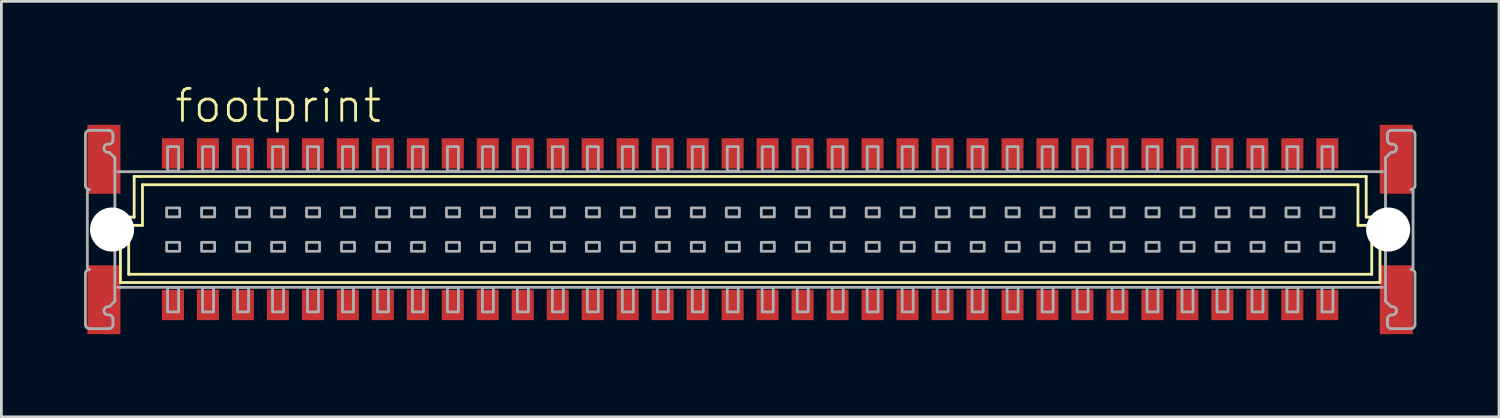
<source format=kicad_pcb>
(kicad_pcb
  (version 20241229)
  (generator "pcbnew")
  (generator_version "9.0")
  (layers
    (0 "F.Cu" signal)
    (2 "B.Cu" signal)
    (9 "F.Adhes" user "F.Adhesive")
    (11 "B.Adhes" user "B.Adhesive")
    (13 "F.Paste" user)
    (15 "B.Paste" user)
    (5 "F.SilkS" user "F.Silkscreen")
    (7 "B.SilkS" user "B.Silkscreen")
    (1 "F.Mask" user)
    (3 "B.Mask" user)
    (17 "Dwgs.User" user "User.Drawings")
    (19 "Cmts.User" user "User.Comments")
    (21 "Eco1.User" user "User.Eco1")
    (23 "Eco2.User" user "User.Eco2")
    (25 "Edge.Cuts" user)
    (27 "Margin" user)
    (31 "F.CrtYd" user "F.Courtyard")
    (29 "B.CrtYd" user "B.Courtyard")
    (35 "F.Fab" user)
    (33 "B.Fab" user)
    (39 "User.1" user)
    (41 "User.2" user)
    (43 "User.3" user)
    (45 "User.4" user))
  (footprint "footprint"
    (layer "F.Cu")
    (at 24.183 5.283)
    (property "Reference" "footprint" (at -20.955 -3.81 0) (layer "F.SilkS") (effects (font (size 1.168 1.168) (thickness 0.102)) (justify left bottom)))
    (fp_line (start -22.861 1.924) (end -22.861 -0.451) (stroke (width 0.102) (type solid)) (layer "F.SilkS"))
    (fp_line (start -22.561 -0.151) (end -22.562 -0.151) (stroke (width 0.102) (type solid)) (layer "F.SilkS"))
    (fp_line (start -22.561 1.624) (end -22.561 -0.151) (stroke (width 0.102) (type solid)) (layer "F.SilkS"))
    (fp_line (start -22.561 1.624) (end 22.567 1.624) (stroke (width 0.102) (type solid)) (layer "F.SilkS"))
    (fp_line (start -22.362 -1.926) (end -22.362 -0.451) (stroke (width 0.102) (type solid)) (layer "F.SilkS"))
    (fp_line (start -22.362 -0.451) (end -22.861 -0.451) (stroke (width 0.102) (type solid)) (layer "F.SilkS"))
    (fp_line (start -22.062 -0.151) (end -22.561 -0.151) (stroke (width 0.102) (type solid)) (layer "F.SilkS"))
    (fp_line (start -22.061 -0.151) (end -22.061 -1.626) (stroke (width 0.102) (type solid)) (layer "F.SilkS"))
    (fp_line (start -20.332 -2.101) (end -19.632 -2.101) (stroke (width 0.102) (type solid)) (layer "F.SilkS"))
    (fp_line (start 22.058 -1.626) (end -22.061 -1.626) (stroke (width 0.102) (type solid)) (layer "F.SilkS"))
    (fp_line (start 22.068 -0.151) (end 22.068 -1.626) (stroke (width 0.102) (type solid)) (layer "F.SilkS"))
    (fp_line (start 22.367 -0.451) (end 22.367 -1.926) (stroke (width 0.102) (type solid)) (layer "F.SilkS"))
    (fp_line (start 22.367 -0.451) (end 22.867 -0.451) (stroke (width 0.102) (type solid)) (layer "F.SilkS"))
    (fp_line (start 22.368 -1.926) (end -22.362 -1.926) (stroke (width 0.102) (type solid)) (layer "F.SilkS"))
    (fp_line (start 22.568 -0.151) (end 22.068 -0.151) (stroke (width 0.102) (type solid)) (layer "F.SilkS"))
    (fp_line (start 22.568 1.624) (end 22.568 -0.151) (stroke (width 0.102) (type solid)) (layer "F.SilkS"))
    (fp_line (start 22.848 1.924) (end -22.861 1.924) (stroke (width 0.102) (type solid)) (layer "F.SilkS"))
    (fp_line (start 22.868 1.924) (end 22.868 -0.451) (stroke (width 0.102) (type solid)) (layer "F.SilkS"))
    (fp_circle (center -23.162 -0.008) (end -22.361 -0.008) (stroke (width 0.001) (type solid)) (fill no) (layer "F.SilkS"))
    (fp_line (start -24.132 -1.601) (end -24.132 -3.451) (stroke (width 0.102) (type solid)) (layer "F.Fab"))
    (fp_line (start -24.132 3.449) (end -24.132 1.599) (stroke (width 0.102) (type solid)) (layer "F.Fab"))
    (fp_line (start -24.062 -1.401) (end -24.062 1.399) (stroke (width 0.102) (type solid)) (layer "F.Fab"))
    (fp_line (start -23.982 -3.601) (end -23.282 -3.601) (stroke (width 0.102) (type solid)) (layer "F.Fab"))
    (fp_line (start -23.282 3.599) (end -23.982 3.599) (stroke (width 0.102) (type solid)) (layer "F.Fab"))
    (fp_line (start -23.262 -2.801) (end -23.062 -2.601) (stroke (width 0.102) (type solid)) (layer "F.Fab"))
    (fp_line (start -23.132 -3.451) (end -23.132 -3.251) (stroke (width 0.102) (type solid)) (layer "F.Fab"))
    (fp_line (start -23.132 3.249) (end -23.132 3.449) (stroke (width 0.102) (type solid)) (layer "F.Fab"))
    (fp_line (start -23.062 -2.601) (end -23.062 2.599) (stroke (width 0.102) (type solid)) (layer "F.Fab"))
    (fp_line (start -23.062 2.599) (end -23.262 2.799) (stroke (width 0.102) (type solid)) (layer "F.Fab"))
    (fp_line (start 22.958 -2.101) (end -22.952 -2.101) (stroke (width 0.102) (type solid)) (layer "F.Fab"))
    (fp_line (start 22.958 2.099) (end -22.952 2.099) (stroke (width 0.102) (type solid)) (layer "F.Fab"))
    (fp_line (start 23.068 -2.601) (end 23.068 2.599) (stroke (width 0.102) (type solid)) (layer "F.Fab"))
    (fp_line (start 23.068 2.599) (end 23.268 2.799) (stroke (width 0.102) (type solid)) (layer "F.Fab"))
    (fp_line (start 23.138 -3.451) (end 23.138 -3.251) (stroke (width 0.102) (type solid)) (layer "F.Fab"))
    (fp_line (start 23.138 3.249) (end 23.138 3.449) (stroke (width 0.102) (type solid)) (layer "F.Fab"))
    (fp_line (start 23.268 -2.801) (end 23.068 -2.601) (stroke (width 0.102) (type solid)) (layer "F.Fab"))
    (fp_line (start 23.288 3.599) (end 23.988 3.599) (stroke (width 0.102) (type solid)) (layer "F.Fab"))
    (fp_line (start 23.988 -3.601) (end 23.288 -3.601) (stroke (width 0.102) (type solid)) (layer "F.Fab"))
    (fp_line (start 24.068 -1.401) (end 24.068 1.399) (stroke (width 0.102) (type solid)) (layer "F.Fab"))
    (fp_line (start 24.138 -1.601) (end 24.138 -3.451) (stroke (width 0.102) (type solid)) (layer "F.Fab"))
    (fp_line (start 24.138 3.449) (end 24.138 1.599) (stroke (width 0.102) (type solid)) (layer "F.Fab"))
    (fp_arc (start -24.1319 -3.4508) (mid -24.087966 -3.556866) (end -23.9819 -3.6008) (stroke (width 0.1016) (type solid)) (layer "F.Fab"))
    (fp_arc (start -24.1319 1.5992) (mid -24.087966 1.493134) (end -23.9819 1.4492) (stroke (width 0.1016) (type solid)) (layer "F.Fab"))
    (fp_arc (start -23.9819 -1.4508) (mid -24.087966 -1.494734) (end -24.1319 -1.6008) (stroke (width 0.1016) (type solid)) (layer "F.Fab"))
    (fp_arc (start -23.9819 3.5992) (mid -24.087966 3.555266) (end -24.1319 3.4492) (stroke (width 0.1016) (type solid)) (layer "F.Fab"))
    (fp_arc (start -23.3119 -2.8008) (mid -23.4619 -2.9508) (end -23.3119 -3.1008) (stroke (width 0.1016) (type solid)) (layer "F.Fab"))
    (fp_arc (start -23.3119 3.0992) (mid -23.4619 2.9492) (end -23.3119 2.7992) (stroke (width 0.1016) (type solid)) (layer "F.Fab"))
    (fp_arc (start -23.2819 -3.6008) (mid -23.175834 -3.556866) (end -23.1319 -3.4508) (stroke (width 0.1016) (type solid)) (layer "F.Fab"))
    (fp_arc (start -23.2819 3.0992) (mid -23.175834 3.143134) (end -23.1319 3.2492) (stroke (width 0.1016) (type solid)) (layer "F.Fab"))
    (fp_arc (start -23.1319 -3.2508) (mid -23.175834 -3.144734) (end -23.2819 -3.1008) (stroke (width 0.1016) (type solid)) (layer "F.Fab"))
    (fp_arc (start -23.1319 3.4492) (mid -23.175834 3.555266) (end -23.2819 3.5992) (stroke (width 0.1016) (type solid)) (layer "F.Fab"))
    (fp_arc (start 23.1381 -3.4508) (mid 23.182034 -3.556866) (end 23.2881 -3.6008) (stroke (width 0.1016) (type solid)) (layer "F.Fab"))
    (fp_arc (start 23.1381 3.2492) (mid 23.182034 3.143134) (end 23.2881 3.0992) (stroke (width 0.1016) (type solid)) (layer "F.Fab"))
    (fp_arc (start 23.2881 -3.1008) (mid 23.182034 -3.144734) (end 23.1381 -3.2508) (stroke (width 0.1016) (type solid)) (layer "F.Fab"))
    (fp_arc (start 23.2881 3.5992) (mid 23.182034 3.555266) (end 23.1381 3.4492) (stroke (width 0.1016) (type solid)) (layer "F.Fab"))
    (fp_arc (start 23.3181 -3.1008) (mid 23.4681 -2.9508) (end 23.3181 -2.8008) (stroke (width 0.1016) (type solid)) (layer "F.Fab"))
    (fp_arc (start 23.3181 2.7992) (mid 23.4681 2.9492) (end 23.3181 3.0992) (stroke (width 0.1016) (type solid)) (layer "F.Fab"))
    (fp_arc (start 23.9881 -3.6008) (mid 24.094166 -3.556866) (end 24.1381 -3.4508) (stroke (width 0.1016) (type solid)) (layer "F.Fab"))
    (fp_arc (start 23.9881 1.4492) (mid 24.094166 1.493134) (end 24.1381 1.5992) (stroke (width 0.1016) (type solid)) (layer "F.Fab"))
    (fp_arc (start 24.1381 -1.6008) (mid 24.094166 -1.494734) (end 23.9881 -1.4508) (stroke (width 0.1016) (type solid)) (layer "F.Fab"))
    (fp_arc (start 24.1381 3.4492) (mid 24.094166 3.555266) (end 23.9881 3.5992) (stroke (width 0.1016) (type solid)) (layer "F.Fab"))
    (fp_poly (pts (xy -20.75 -3.01) (xy -21.15 -3.01) (xy -21.15 -2.125) (xy -20.75 -2.125)) (stroke (width 0.1) (type solid)) (fill no) (layer "F.Fab"))
    (fp_poly (pts (xy -20.75 2.1) (xy -21.15 2.1) (xy -21.15 2.99) (xy -20.75 2.99)) (stroke (width 0.1) (type solid)) (fill no) (layer "F.Fab"))
    (fp_poly (pts (xy -20.71 -0.785) (xy -21.185 -0.785) (xy -21.185 -0.46) (xy -20.71 -0.46)) (stroke (width 0.1) (type solid)) (fill no) (layer "F.Fab"))
    (fp_poly (pts (xy -20.71 0.465) (xy -21.185 0.465) (xy -21.185 0.79) (xy -20.71 0.79)) (stroke (width 0.1) (type solid)) (fill no) (layer "F.Fab"))
    (fp_poly (pts (xy -19.48 -3.01) (xy -19.88 -3.01) (xy -19.88 -2.125) (xy -19.48 -2.125)) (stroke (width 0.1) (type solid)) (fill no) (layer "F.Fab"))
    (fp_poly (pts (xy -19.48 2.1) (xy -19.88 2.1) (xy -19.88 2.99) (xy -19.48 2.99)) (stroke (width 0.1) (type solid)) (fill no) (layer "F.Fab"))
    (fp_poly (pts (xy -19.44 -0.785) (xy -19.915 -0.785) (xy -19.915 -0.46) (xy -19.44 -0.46)) (stroke (width 0.1) (type solid)) (fill no) (layer "F.Fab"))
    (fp_poly (pts (xy -19.44 0.465) (xy -19.915 0.465) (xy -19.915 0.79) (xy -19.44 0.79)) (stroke (width 0.1) (type solid)) (fill no) (layer "F.Fab"))
    (fp_poly (pts (xy -18.21 -3.01) (xy -18.61 -3.01) (xy -18.61 -2.125) (xy -18.21 -2.125)) (stroke (width 0.1) (type solid)) (fill no) (layer "F.Fab"))
    (fp_poly (pts (xy -18.21 2.1) (xy -18.61 2.1) (xy -18.61 2.99) (xy -18.21 2.99)) (stroke (width 0.1) (type solid)) (fill no) (layer "F.Fab"))
    (fp_poly (pts (xy -18.17 -0.785) (xy -18.645 -0.785) (xy -18.645 -0.46) (xy -18.17 -0.46)) (stroke (width 0.1) (type solid)) (fill no) (layer "F.Fab"))
    (fp_poly (pts (xy -18.17 0.465) (xy -18.645 0.465) (xy -18.645 0.79) (xy -18.17 0.79)) (stroke (width 0.1) (type solid)) (fill no) (layer "F.Fab"))
    (fp_poly (pts (xy -16.94 -3.01) (xy -17.34 -3.01) (xy -17.34 -2.125) (xy -16.94 -2.125)) (stroke (width 0.1) (type solid)) (fill no) (layer "F.Fab"))
    (fp_poly (pts (xy -16.94 2.1) (xy -17.34 2.1) (xy -17.34 2.99) (xy -16.94 2.99)) (stroke (width 0.1) (type solid)) (fill no) (layer "F.Fab"))
    (fp_poly (pts (xy -16.9 -0.785) (xy -17.375 -0.785) (xy -17.375 -0.46) (xy -16.9 -0.46)) (stroke (width 0.1) (type solid)) (fill no) (layer "F.Fab"))
    (fp_poly (pts (xy -16.9 0.465) (xy -17.375 0.465) (xy -17.375 0.79) (xy -16.9 0.79)) (stroke (width 0.1) (type solid)) (fill no) (layer "F.Fab"))
    (fp_poly (pts (xy -15.67 -3.01) (xy -16.07 -3.01) (xy -16.07 -2.125) (xy -15.67 -2.125)) (stroke (width 0.1) (type solid)) (fill no) (layer "F.Fab"))
    (fp_poly (pts (xy -15.67 2.1) (xy -16.07 2.1) (xy -16.07 2.99) (xy -15.67 2.99)) (stroke (width 0.1) (type solid)) (fill no) (layer "F.Fab"))
    (fp_poly (pts (xy -15.63 -0.785) (xy -16.105 -0.785) (xy -16.105 -0.46) (xy -15.63 -0.46)) (stroke (width 0.1) (type solid)) (fill no) (layer "F.Fab"))
    (fp_poly (pts (xy -15.63 0.465) (xy -16.105 0.465) (xy -16.105 0.79) (xy -15.63 0.79)) (stroke (width 0.1) (type solid)) (fill no) (layer "F.Fab"))
    (fp_poly (pts (xy -14.4 -3.01) (xy -14.8 -3.01) (xy -14.8 -2.125) (xy -14.4 -2.125)) (stroke (width 0.1) (type solid)) (fill no) (layer "F.Fab"))
    (fp_poly (pts (xy -14.4 2.1) (xy -14.8 2.1) (xy -14.8 2.99) (xy -14.4 2.99)) (stroke (width 0.1) (type solid)) (fill no) (layer "F.Fab"))
    (fp_poly (pts (xy -14.36 -0.785) (xy -14.835 -0.785) (xy -14.835 -0.46) (xy -14.36 -0.46)) (stroke (width 0.1) (type solid)) (fill no) (layer "F.Fab"))
    (fp_poly (pts (xy -14.36 0.465) (xy -14.835 0.465) (xy -14.835 0.79) (xy -14.36 0.79)) (stroke (width 0.1) (type solid)) (fill no) (layer "F.Fab"))
    (fp_poly (pts (xy -13.13 -3.01) (xy -13.53 -3.01) (xy -13.53 -2.125) (xy -13.13 -2.125)) (stroke (width 0.1) (type solid)) (fill no) (layer "F.Fab"))
    (fp_poly (pts (xy -13.13 2.1) (xy -13.53 2.1) (xy -13.53 2.99) (xy -13.13 2.99)) (stroke (width 0.1) (type solid)) (fill no) (layer "F.Fab"))
    (fp_poly (pts (xy -13.09 -0.785) (xy -13.565 -0.785) (xy -13.565 -0.46) (xy -13.09 -0.46)) (stroke (width 0.1) (type solid)) (fill no) (layer "F.Fab"))
    (fp_poly (pts (xy -13.09 0.465) (xy -13.565 0.465) (xy -13.565 0.79) (xy -13.09 0.79)) (stroke (width 0.1) (type solid)) (fill no) (layer "F.Fab"))
    (fp_poly (pts (xy -11.86 -3.01) (xy -12.26 -3.01) (xy -12.26 -2.125) (xy -11.86 -2.125)) (stroke (width 0.1) (type solid)) (fill no) (layer "F.Fab"))
    (fp_poly (pts (xy -11.86 2.1) (xy -12.26 2.1) (xy -12.26 2.99) (xy -11.86 2.99)) (stroke (width 0.1) (type solid)) (fill no) (layer "F.Fab"))
    (fp_poly (pts (xy -11.82 -0.785) (xy -12.295 -0.785) (xy -12.295 -0.46) (xy -11.82 -0.46)) (stroke (width 0.1) (type solid)) (fill no) (layer "F.Fab"))
    (fp_poly (pts (xy -11.82 0.465) (xy -12.295 0.465) (xy -12.295 0.79) (xy -11.82 0.79)) (stroke (width 0.1) (type solid)) (fill no) (layer "F.Fab"))
    (fp_poly (pts (xy -10.59 -3.01) (xy -10.99 -3.01) (xy -10.99 -2.125) (xy -10.59 -2.125)) (stroke (width 0.1) (type solid)) (fill no) (layer "F.Fab"))
    (fp_poly (pts (xy -10.59 2.1) (xy -10.99 2.1) (xy -10.99 2.99) (xy -10.59 2.99)) (stroke (width 0.1) (type solid)) (fill no) (layer "F.Fab"))
    (fp_poly (pts (xy -10.55 -0.785) (xy -11.025 -0.785) (xy -11.025 -0.46) (xy -10.55 -0.46)) (stroke (width 0.1) (type solid)) (fill no) (layer "F.Fab"))
    (fp_poly (pts (xy -10.55 0.465) (xy -11.025 0.465) (xy -11.025 0.79) (xy -10.55 0.79)) (stroke (width 0.1) (type solid)) (fill no) (layer "F.Fab"))
    (fp_poly (pts (xy -9.32 -3.01) (xy -9.72 -3.01) (xy -9.72 -2.125) (xy -9.32 -2.125)) (stroke (width 0.1) (type solid)) (fill no) (layer "F.Fab"))
    (fp_poly (pts (xy -9.32 2.1) (xy -9.72 2.1) (xy -9.72 2.99) (xy -9.32 2.99)) (stroke (width 0.1) (type solid)) (fill no) (layer "F.Fab"))
    (fp_poly (pts (xy -9.28 -0.785) (xy -9.755 -0.785) (xy -9.755 -0.46) (xy -9.28 -0.46)) (stroke (width 0.1) (type solid)) (fill no) (layer "F.Fab"))
    (fp_poly (pts (xy -9.28 0.465) (xy -9.755 0.465) (xy -9.755 0.79) (xy -9.28 0.79)) (stroke (width 0.1) (type solid)) (fill no) (layer "F.Fab"))
    (fp_poly (pts (xy -8.05 -3.01) (xy -8.45 -3.01) (xy -8.45 -2.125) (xy -8.05 -2.125)) (stroke (width 0.1) (type solid)) (fill no) (layer "F.Fab"))
    (fp_poly (pts (xy -8.05 2.1) (xy -8.45 2.1) (xy -8.45 2.99) (xy -8.05 2.99)) (stroke (width 0.1) (type solid)) (fill no) (layer "F.Fab"))
    (fp_poly (pts (xy -8.01 -0.785) (xy -8.485 -0.785) (xy -8.485 -0.46) (xy -8.01 -0.46)) (stroke (width 0.1) (type solid)) (fill no) (layer "F.Fab"))
    (fp_poly (pts (xy -8.01 0.465) (xy -8.485 0.465) (xy -8.485 0.79) (xy -8.01 0.79)) (stroke (width 0.1) (type solid)) (fill no) (layer "F.Fab"))
    (fp_poly (pts (xy -6.78 -3.01) (xy -7.18 -3.01) (xy -7.18 -2.125) (xy -6.78 -2.125)) (stroke (width 0.1) (type solid)) (fill no) (layer "F.Fab"))
    (fp_poly (pts (xy -6.78 2.1) (xy -7.18 2.1) (xy -7.18 2.99) (xy -6.78 2.99)) (stroke (width 0.1) (type solid)) (fill no) (layer "F.Fab"))
    (fp_poly (pts (xy -6.74 -0.785) (xy -7.215 -0.785) (xy -7.215 -0.46) (xy -6.74 -0.46)) (stroke (width 0.1) (type solid)) (fill no) (layer "F.Fab"))
    (fp_poly (pts (xy -6.74 0.465) (xy -7.215 0.465) (xy -7.215 0.79) (xy -6.74 0.79)) (stroke (width 0.1) (type solid)) (fill no) (layer "F.Fab"))
    (fp_poly (pts (xy -5.51 -3.01) (xy -5.91 -3.01) (xy -5.91 -2.125) (xy -5.51 -2.125)) (stroke (width 0.1) (type solid)) (fill no) (layer "F.Fab"))
    (fp_poly (pts (xy -5.51 2.1) (xy -5.91 2.1) (xy -5.91 2.99) (xy -5.51 2.99)) (stroke (width 0.1) (type solid)) (fill no) (layer "F.Fab"))
    (fp_poly (pts (xy -5.47 -0.785) (xy -5.945 -0.785) (xy -5.945 -0.46) (xy -5.47 -0.46)) (stroke (width 0.1) (type solid)) (fill no) (layer "F.Fab"))
    (fp_poly (pts (xy -5.47 0.465) (xy -5.945 0.465) (xy -5.945 0.79) (xy -5.47 0.79)) (stroke (width 0.1) (type solid)) (fill no) (layer "F.Fab"))
    (fp_poly (pts (xy -4.24 -3.01) (xy -4.64 -3.01) (xy -4.64 -2.125) (xy -4.24 -2.125)) (stroke (width 0.1) (type solid)) (fill no) (layer "F.Fab"))
    (fp_poly (pts (xy -4.24 2.1) (xy -4.64 2.1) (xy -4.64 2.99) (xy -4.24 2.99)) (stroke (width 0.1) (type solid)) (fill no) (layer "F.Fab"))
    (fp_poly (pts (xy -4.2 -0.785) (xy -4.675 -0.785) (xy -4.675 -0.46) (xy -4.2 -0.46)) (stroke (width 0.1) (type solid)) (fill no) (layer "F.Fab"))
    (fp_poly (pts (xy -4.2 0.465) (xy -4.675 0.465) (xy -4.675 0.79) (xy -4.2 0.79)) (stroke (width 0.1) (type solid)) (fill no) (layer "F.Fab"))
    (fp_poly (pts (xy -2.97 -3.01) (xy -3.37 -3.01) (xy -3.37 -2.125) (xy -2.97 -2.125)) (stroke (width 0.1) (type solid)) (fill no) (layer "F.Fab"))
    (fp_poly (pts (xy -2.97 2.1) (xy -3.37 2.1) (xy -3.37 2.99) (xy -2.97 2.99)) (stroke (width 0.1) (type solid)) (fill no) (layer "F.Fab"))
    (fp_poly (pts (xy -2.93 -0.785) (xy -3.405 -0.785) (xy -3.405 -0.46) (xy -2.93 -0.46)) (stroke (width 0.1) (type solid)) (fill no) (layer "F.Fab"))
    (fp_poly (pts (xy -2.93 0.465) (xy -3.405 0.465) (xy -3.405 0.79) (xy -2.93 0.79)) (stroke (width 0.1) (type solid)) (fill no) (layer "F.Fab"))
    (fp_poly (pts (xy -1.7 -3.01) (xy -2.1 -3.01) (xy -2.1 -2.125) (xy -1.7 -2.125)) (stroke (width 0.1) (type solid)) (fill no) (layer "F.Fab"))
    (fp_poly (pts (xy -1.7 2.1) (xy -2.1 2.1) (xy -2.1 2.99) (xy -1.7 2.99)) (stroke (width 0.1) (type solid)) (fill no) (layer "F.Fab"))
    (fp_poly (pts (xy -1.66 -0.785) (xy -2.135 -0.785) (xy -2.135 -0.46) (xy -1.66 -0.46)) (stroke (width 0.1) (type solid)) (fill no) (layer "F.Fab"))
    (fp_poly (pts (xy -1.66 0.465) (xy -2.135 0.465) (xy -2.135 0.79) (xy -1.66 0.79)) (stroke (width 0.1) (type solid)) (fill no) (layer "F.Fab"))
    (fp_poly (pts (xy -0.43 -3.01) (xy -0.83 -3.01) (xy -0.83 -2.125) (xy -0.43 -2.125)) (stroke (width 0.1) (type solid)) (fill no) (layer "F.Fab"))
    (fp_poly (pts (xy -0.43 2.1) (xy -0.83 2.1) (xy -0.83 2.99) (xy -0.43 2.99)) (stroke (width 0.1) (type solid)) (fill no) (layer "F.Fab"))
    (fp_poly (pts (xy -0.39 -0.785) (xy -0.865 -0.785) (xy -0.865 -0.46) (xy -0.39 -0.46)) (stroke (width 0.1) (type solid)) (fill no) (layer "F.Fab"))
    (fp_poly (pts (xy -0.39 0.465) (xy -0.865 0.465) (xy -0.865 0.79) (xy -0.39 0.79)) (stroke (width 0.1) (type solid)) (fill no) (layer "F.Fab"))
    (fp_poly (pts (xy 0.84 -3.01) (xy 0.44 -3.01) (xy 0.44 -2.125) (xy 0.84 -2.125)) (stroke (width 0.1) (type solid)) (fill no) (layer "F.Fab"))
    (fp_poly (pts (xy 0.84 2.1) (xy 0.44 2.1) (xy 0.44 2.99) (xy 0.84 2.99)) (stroke (width 0.1) (type solid)) (fill no) (layer "F.Fab"))
    (fp_poly (pts (xy 0.88 -0.785) (xy 0.405 -0.785) (xy 0.405 -0.46) (xy 0.88 -0.46)) (stroke (width 0.1) (type solid)) (fill no) (layer "F.Fab"))
    (fp_poly (pts (xy 0.88 0.465) (xy 0.405 0.465) (xy 0.405 0.79) (xy 0.88 0.79)) (stroke (width 0.1) (type solid)) (fill no) (layer "F.Fab"))
    (fp_poly (pts (xy 2.11 -3.01) (xy 1.71 -3.01) (xy 1.71 -2.125) (xy 2.11 -2.125)) (stroke (width 0.1) (type solid)) (fill no) (layer "F.Fab"))
    (fp_poly (pts (xy 2.11 2.1) (xy 1.71 2.1) (xy 1.71 2.99) (xy 2.11 2.99)) (stroke (width 0.1) (type solid)) (fill no) (layer "F.Fab"))
    (fp_poly (pts (xy 2.15 -0.785) (xy 1.675 -0.785) (xy 1.675 -0.46) (xy 2.15 -0.46)) (stroke (width 0.1) (type solid)) (fill no) (layer "F.Fab"))
    (fp_poly (pts (xy 2.15 0.465) (xy 1.675 0.465) (xy 1.675 0.79) (xy 2.15 0.79)) (stroke (width 0.1) (type solid)) (fill no) (layer "F.Fab"))
    (fp_poly (pts (xy 3.38 -3.01) (xy 2.98 -3.01) (xy 2.98 -2.125) (xy 3.38 -2.125)) (stroke (width 0.1) (type solid)) (fill no) (layer "F.Fab"))
    (fp_poly (pts (xy 3.38 2.1) (xy 2.98 2.1) (xy 2.98 2.99) (xy 3.38 2.99)) (stroke (width 0.1) (type solid)) (fill no) (layer "F.Fab"))
    (fp_poly (pts (xy 3.42 -0.785) (xy 2.945 -0.785) (xy 2.945 -0.46) (xy 3.42 -0.46)) (stroke (width 0.1) (type solid)) (fill no) (layer "F.Fab"))
    (fp_poly (pts (xy 3.42 0.465) (xy 2.945 0.465) (xy 2.945 0.79) (xy 3.42 0.79)) (stroke (width 0.1) (type solid)) (fill no) (layer "F.Fab"))
    (fp_poly (pts (xy 4.65 -3.01) (xy 4.25 -3.01) (xy 4.25 -2.125) (xy 4.65 -2.125)) (stroke (width 0.1) (type solid)) (fill no) (layer "F.Fab"))
    (fp_poly (pts (xy 4.65 2.1) (xy 4.25 2.1) (xy 4.25 2.99) (xy 4.65 2.99)) (stroke (width 0.1) (type solid)) (fill no) (layer "F.Fab"))
    (fp_poly (pts (xy 4.69 -0.785) (xy 4.215 -0.785) (xy 4.215 -0.46) (xy 4.69 -0.46)) (stroke (width 0.1) (type solid)) (fill no) (layer "F.Fab"))
    (fp_poly (pts (xy 4.69 0.465) (xy 4.215 0.465) (xy 4.215 0.79) (xy 4.69 0.79)) (stroke (width 0.1) (type solid)) (fill no) (layer "F.Fab"))
    (fp_poly (pts (xy 5.92 -3.01) (xy 5.52 -3.01) (xy 5.52 -2.125) (xy 5.92 -2.125)) (stroke (width 0.1) (type solid)) (fill no) (layer "F.Fab"))
    (fp_poly (pts (xy 5.92 2.1) (xy 5.52 2.1) (xy 5.52 2.99) (xy 5.92 2.99)) (stroke (width 0.1) (type solid)) (fill no) (layer "F.Fab"))
    (fp_poly (pts (xy 5.96 -0.785) (xy 5.485 -0.785) (xy 5.485 -0.46) (xy 5.96 -0.46)) (stroke (width 0.1) (type solid)) (fill no) (layer "F.Fab"))
    (fp_poly (pts (xy 5.96 0.465) (xy 5.485 0.465) (xy 5.485 0.79) (xy 5.96 0.79)) (stroke (width 0.1) (type solid)) (fill no) (layer "F.Fab"))
    (fp_poly (pts (xy 7.19 -3.01) (xy 6.79 -3.01) (xy 6.79 -2.125) (xy 7.19 -2.125)) (stroke (width 0.1) (type solid)) (fill no) (layer "F.Fab"))
    (fp_poly (pts (xy 7.19 2.1) (xy 6.79 2.1) (xy 6.79 2.99) (xy 7.19 2.99)) (stroke (width 0.1) (type solid)) (fill no) (layer "F.Fab"))
    (fp_poly (pts (xy 7.23 -0.785) (xy 6.755 -0.785) (xy 6.755 -0.46) (xy 7.23 -0.46)) (stroke (width 0.1) (type solid)) (fill no) (layer "F.Fab"))
    (fp_poly (pts (xy 7.23 0.465) (xy 6.755 0.465) (xy 6.755 0.79) (xy 7.23 0.79)) (stroke (width 0.1) (type solid)) (fill no) (layer "F.Fab"))
    (fp_poly (pts (xy 8.46 -3.01) (xy 8.06 -3.01) (xy 8.06 -2.125) (xy 8.46 -2.125)) (stroke (width 0.1) (type solid)) (fill no) (layer "F.Fab"))
    (fp_poly (pts (xy 8.46 2.1) (xy 8.06 2.1) (xy 8.06 2.99) (xy 8.46 2.99)) (stroke (width 0.1) (type solid)) (fill no) (layer "F.Fab"))
    (fp_poly (pts (xy 8.5 -0.785) (xy 8.025 -0.785) (xy 8.025 -0.46) (xy 8.5 -0.46)) (stroke (width 0.1) (type solid)) (fill no) (layer "F.Fab"))
    (fp_poly (pts (xy 8.5 0.465) (xy 8.025 0.465) (xy 8.025 0.79) (xy 8.5 0.79)) (stroke (width 0.1) (type solid)) (fill no) (layer "F.Fab"))
    (fp_poly (pts (xy 9.73 -3.01) (xy 9.33 -3.01) (xy 9.33 -2.125) (xy 9.73 -2.125)) (stroke (width 0.1) (type solid)) (fill no) (layer "F.Fab"))
    (fp_poly (pts (xy 9.73 2.1) (xy 9.33 2.1) (xy 9.33 2.99) (xy 9.73 2.99)) (stroke (width 0.1) (type solid)) (fill no) (layer "F.Fab"))
    (fp_poly (pts (xy 9.77 -0.785) (xy 9.295 -0.785) (xy 9.295 -0.46) (xy 9.77 -0.46)) (stroke (width 0.1) (type solid)) (fill no) (layer "F.Fab"))
    (fp_poly (pts (xy 9.77 0.465) (xy 9.295 0.465) (xy 9.295 0.79) (xy 9.77 0.79)) (stroke (width 0.1) (type solid)) (fill no) (layer "F.Fab"))
    (fp_poly (pts (xy 11 -3.01) (xy 10.6 -3.01) (xy 10.6 -2.125) (xy 11 -2.125)) (stroke (width 0.1) (type solid)) (fill no) (layer "F.Fab"))
    (fp_poly (pts (xy 11 2.1) (xy 10.6 2.1) (xy 10.6 2.99) (xy 11 2.99)) (stroke (width 0.1) (type solid)) (fill no) (layer "F.Fab"))
    (fp_poly (pts (xy 11.04 -0.785) (xy 10.565 -0.785) (xy 10.565 -0.46) (xy 11.04 -0.46)) (stroke (width 0.1) (type solid)) (fill no) (layer "F.Fab"))
    (fp_poly (pts (xy 11.04 0.465) (xy 10.565 0.465) (xy 10.565 0.79) (xy 11.04 0.79)) (stroke (width 0.1) (type solid)) (fill no) (layer "F.Fab"))
    (fp_poly (pts (xy 12.27 -3.01) (xy 11.87 -3.01) (xy 11.87 -2.125) (xy 12.27 -2.125)) (stroke (width 0.1) (type solid)) (fill no) (layer "F.Fab"))
    (fp_poly (pts (xy 12.27 2.1) (xy 11.87 2.1) (xy 11.87 2.99) (xy 12.27 2.99)) (stroke (width 0.1) (type solid)) (fill no) (layer "F.Fab"))
    (fp_poly (pts (xy 12.31 -0.785) (xy 11.835 -0.785) (xy 11.835 -0.46) (xy 12.31 -0.46)) (stroke (width 0.1) (type solid)) (fill no) (layer "F.Fab"))
    (fp_poly (pts (xy 12.31 0.465) (xy 11.835 0.465) (xy 11.835 0.79) (xy 12.31 0.79)) (stroke (width 0.1) (type solid)) (fill no) (layer "F.Fab"))
    (fp_poly (pts (xy 13.54 -3.01) (xy 13.14 -3.01) (xy 13.14 -2.125) (xy 13.54 -2.125)) (stroke (width 0.1) (type solid)) (fill no) (layer "F.Fab"))
    (fp_poly (pts (xy 13.54 2.1) (xy 13.14 2.1) (xy 13.14 2.99) (xy 13.54 2.99)) (stroke (width 0.1) (type solid)) (fill no) (layer "F.Fab"))
    (fp_poly (pts (xy 13.58 -0.785) (xy 13.105 -0.785) (xy 13.105 -0.46) (xy 13.58 -0.46)) (stroke (width 0.1) (type solid)) (fill no) (layer "F.Fab"))
    (fp_poly (pts (xy 13.58 0.465) (xy 13.105 0.465) (xy 13.105 0.79) (xy 13.58 0.79)) (stroke (width 0.1) (type solid)) (fill no) (layer "F.Fab"))
    (fp_poly (pts (xy 14.81 -3.01) (xy 14.41 -3.01) (xy 14.41 -2.125) (xy 14.81 -2.125)) (stroke (width 0.1) (type solid)) (fill no) (layer "F.Fab"))
    (fp_poly (pts (xy 14.81 2.1) (xy 14.41 2.1) (xy 14.41 2.99) (xy 14.81 2.99)) (stroke (width 0.1) (type solid)) (fill no) (layer "F.Fab"))
    (fp_poly (pts (xy 14.85 -0.785) (xy 14.375 -0.785) (xy 14.375 -0.46) (xy 14.85 -0.46)) (stroke (width 0.1) (type solid)) (fill no) (layer "F.Fab"))
    (fp_poly (pts (xy 14.85 0.465) (xy 14.375 0.465) (xy 14.375 0.79) (xy 14.85 0.79)) (stroke (width 0.1) (type solid)) (fill no) (layer "F.Fab"))
    (fp_poly (pts (xy 16.08 -3.01) (xy 15.68 -3.01) (xy 15.68 -2.125) (xy 16.08 -2.125)) (stroke (width 0.1) (type solid)) (fill no) (layer "F.Fab"))
    (fp_poly (pts (xy 16.08 2.1) (xy 15.68 2.1) (xy 15.68 2.99) (xy 16.08 2.99)) (stroke (width 0.1) (type solid)) (fill no) (layer "F.Fab"))
    (fp_poly (pts (xy 16.12 -0.785) (xy 15.645 -0.785) (xy 15.645 -0.46) (xy 16.12 -0.46)) (stroke (width 0.1) (type solid)) (fill no) (layer "F.Fab"))
    (fp_poly (pts (xy 16.12 0.465) (xy 15.645 0.465) (xy 15.645 0.79) (xy 16.12 0.79)) (stroke (width 0.1) (type solid)) (fill no) (layer "F.Fab"))
    (fp_poly (pts (xy 17.35 -3.01) (xy 16.95 -3.01) (xy 16.95 -2.125) (xy 17.35 -2.125)) (stroke (width 0.1) (type solid)) (fill no) (layer "F.Fab"))
    (fp_poly (pts (xy 17.35 2.1) (xy 16.95 2.1) (xy 16.95 2.99) (xy 17.35 2.99)) (stroke (width 0.1) (type solid)) (fill no) (layer "F.Fab"))
    (fp_poly (pts (xy 17.39 -0.785) (xy 16.915 -0.785) (xy 16.915 -0.46) (xy 17.39 -0.46)) (stroke (width 0.1) (type solid)) (fill no) (layer "F.Fab"))
    (fp_poly (pts (xy 17.39 0.465) (xy 16.915 0.465) (xy 16.915 0.79) (xy 17.39 0.79)) (stroke (width 0.1) (type solid)) (fill no) (layer "F.Fab"))
    (fp_poly (pts (xy 18.62 -3.01) (xy 18.22 -3.01) (xy 18.22 -2.125) (xy 18.62 -2.125)) (stroke (width 0.1) (type solid)) (fill no) (layer "F.Fab"))
    (fp_poly (pts (xy 18.62 2.1) (xy 18.22 2.1) (xy 18.22 2.99) (xy 18.62 2.99)) (stroke (width 0.1) (type solid)) (fill no) (layer "F.Fab"))
    (fp_poly (pts (xy 18.66 -0.785) (xy 18.185 -0.785) (xy 18.185 -0.46) (xy 18.66 -0.46)) (stroke (width 0.1) (type solid)) (fill no) (layer "F.Fab"))
    (fp_poly (pts (xy 18.66 0.465) (xy 18.185 0.465) (xy 18.185 0.79) (xy 18.66 0.79)) (stroke (width 0.1) (type solid)) (fill no) (layer "F.Fab"))
    (fp_poly (pts (xy 19.89 -3.01) (xy 19.49 -3.01) (xy 19.49 -2.125) (xy 19.89 -2.125)) (stroke (width 0.1) (type solid)) (fill no) (layer "F.Fab"))
    (fp_poly (pts (xy 19.89 2.1) (xy 19.49 2.1) (xy 19.49 2.99) (xy 19.89 2.99)) (stroke (width 0.1) (type solid)) (fill no) (layer "F.Fab"))
    (fp_poly (pts (xy 19.93 -0.785) (xy 19.455 -0.785) (xy 19.455 -0.46) (xy 19.93 -0.46)) (stroke (width 0.1) (type solid)) (fill no) (layer "F.Fab"))
    (fp_poly (pts (xy 19.93 0.465) (xy 19.455 0.465) (xy 19.455 0.79) (xy 19.93 0.79)) (stroke (width 0.1) (type solid)) (fill no) (layer "F.Fab"))
    (fp_poly (pts (xy 21.16 -3.01) (xy 20.76 -3.01) (xy 20.76 -2.125) (xy 21.16 -2.125)) (stroke (width 0.1) (type solid)) (fill no) (layer "F.Fab"))
    (fp_poly (pts (xy 21.16 2.1) (xy 20.76 2.1) (xy 20.76 2.99) (xy 21.16 2.99)) (stroke (width 0.1) (type solid)) (fill no) (layer "F.Fab"))
    (fp_poly (pts (xy 21.2 -0.785) (xy 20.725 -0.785) (xy 20.725 -0.46) (xy 21.2 -0.46)) (stroke (width 0.1) (type solid)) (fill no) (layer "F.Fab"))
    (fp_poly (pts (xy 21.2 0.465) (xy 20.725 0.465) (xy 20.725 0.79) (xy 21.2 0.79)) (stroke (width 0.1) (type solid)) (fill no) (layer "F.Fab"))
    (pad "" np_thru_hole circle (at -23.165 0) (size 1.6 1.6) (drill 1.6) (layers "*.Cu" "*.Mask"))
    (pad "" np_thru_hole circle (at 23.165 0) (size 1.6 1.6) (drill 1.6) (layers "*.Cu" "*.Mask"))
    (pad "A1" smd rect (at -20.955 -2.765 180) (size 0.8 1.1) (layers "F.Cu" "F.Mask" "F.Paste"))
    (pad "A2" smd rect (at -19.685 -2.765 180) (size 0.8 1.1) (layers "F.Cu" "F.Mask" "F.Paste"))
    (pad "A3" smd rect (at -18.415 -2.765 180) (size 0.8 1.1) (layers "F.Cu" "F.Mask" "F.Paste"))
    (pad "A4" smd rect (at -17.145 -2.765 180) (size 0.8 1.1) (layers "F.Cu" "F.Mask" "F.Paste"))
    (pad "A5" smd rect (at -15.875 -2.765 180) (size 0.8 1.1) (layers "F.Cu" "F.Mask" "F.Paste"))
    (pad "A6" smd rect (at -14.605 -2.765 180) (size 0.8 1.1) (layers "F.Cu" "F.Mask" "F.Paste"))
    (pad "A7" smd rect (at -13.335 -2.765 180) (size 0.8 1.1) (layers "F.Cu" "F.Mask" "F.Paste"))
    (pad "A8" smd rect (at -12.065 -2.765 180) (size 0.8 1.1) (layers "F.Cu" "F.Mask" "F.Paste"))
    (pad "A9" smd rect (at -10.795 -2.765 180) (size 0.8 1.1) (layers "F.Cu" "F.Mask" "F.Paste"))
    (pad "A10" smd rect (at -9.525 -2.765 180) (size 0.8 1.1) (layers "F.Cu" "F.Mask" "F.Paste"))
    (pad "A11" smd rect (at -8.255 -2.765 180) (size 0.8 1.1) (layers "F.Cu" "F.Mask" "F.Paste"))
    (pad "A12" smd rect (at -6.985 -2.765 180) (size 0.8 1.1) (layers "F.Cu" "F.Mask" "F.Paste"))
    (pad "A13" smd rect (at -5.715 -2.765 180) (size 0.8 1.1) (layers "F.Cu" "F.Mask" "F.Paste"))
    (pad "A14" smd rect (at -4.445 -2.765 180) (size 0.8 1.1) (layers "F.Cu" "F.Mask" "F.Paste"))
    (pad "A15" smd rect (at -3.175 -2.765 180) (size 0.8 1.1) (layers "F.Cu" "F.Mask" "F.Paste"))
    (pad "A16" smd rect (at -1.905 -2.765 180) (size 0.8 1.1) (layers "F.Cu" "F.Mask" "F.Paste"))
    (pad "A17" smd rect (at -0.635 -2.765 180) (size 0.8 1.1) (layers "F.Cu" "F.Mask" "F.Paste"))
    (pad "A18" smd rect (at 0.635 -2.765 180) (size 0.8 1.1) (layers "F.Cu" "F.Mask" "F.Paste"))
    (pad "A19" smd rect (at 1.905 -2.765 180) (size 0.8 1.1) (layers "F.Cu" "F.Mask" "F.Paste"))
    (pad "A20" smd rect (at 3.175 -2.765 180) (size 0.8 1.1) (layers "F.Cu" "F.Mask" "F.Paste"))
    (pad "A21" smd rect (at 4.445 -2.765 180) (size 0.8 1.1) (layers "F.Cu" "F.Mask" "F.Paste"))
    (pad "A22" smd rect (at 5.715 -2.765 180) (size 0.8 1.1) (layers "F.Cu" "F.Mask" "F.Paste"))
    (pad "A23" smd rect (at 6.985 -2.765 180) (size 0.8 1.1) (layers "F.Cu" "F.Mask" "F.Paste"))
    (pad "A24" smd rect (at 8.255 -2.765 180) (size 0.8 1.1) (layers "F.Cu" "F.Mask" "F.Paste"))
    (pad "A25" smd rect (at 9.525 -2.765 180) (size 0.8 1.1) (layers "F.Cu" "F.Mask" "F.Paste"))
    (pad "A26" smd rect (at 10.795 -2.765 180) (size 0.8 1.1) (layers "F.Cu" "F.Mask" "F.Paste"))
    (pad "A27" smd rect (at 12.065 -2.765 180) (size 0.8 1.1) (layers "F.Cu" "F.Mask" "F.Paste"))
    (pad "A28" smd rect (at 13.335 -2.765 180) (size 0.8 1.1) (layers "F.Cu" "F.Mask" "F.Paste"))
    (pad "A29" smd rect (at 14.605 -2.765 180) (size 0.8 1.1) (layers "F.Cu" "F.Mask" "F.Paste"))
    (pad "A30" smd rect (at 15.875 -2.765 180) (size 0.8 1.1) (layers "F.Cu" "F.Mask" "F.Paste"))
    (pad "A31" smd rect (at 17.145 -2.765 180) (size 0.8 1.1) (layers "F.Cu" "F.Mask" "F.Paste"))
    (pad "A32" smd rect (at 18.415 -2.765 180) (size 0.8 1.1) (layers "F.Cu" "F.Mask" "F.Paste"))
    (pad "A33" smd rect (at 19.685 -2.765 180) (size 0.8 1.1) (layers "F.Cu" "F.Mask" "F.Paste"))
    (pad "A34" smd rect (at 20.955 -2.765 180) (size 0.8 1.1) (layers "F.Cu" "F.Mask" "F.Paste"))
    (pad "B1" smd rect (at -20.955 2.74 180) (size 0.8 1.1) (layers "F.Cu" "F.Mask" "F.Paste"))
    (pad "B2" smd rect (at -19.685 2.74 180) (size 0.8 1.1) (layers "F.Cu" "F.Mask" "F.Paste"))
    (pad "B3" smd rect (at -18.415 2.74 180) (size 0.8 1.1) (layers "F.Cu" "F.Mask" "F.Paste"))
    (pad "B4" smd rect (at -17.145 2.74 180) (size 0.8 1.1) (layers "F.Cu" "F.Mask" "F.Paste"))
    (pad "B5" smd rect (at -15.875 2.74 180) (size 0.8 1.1) (layers "F.Cu" "F.Mask" "F.Paste"))
    (pad "B6" smd rect (at -14.605 2.74 180) (size 0.8 1.1) (layers "F.Cu" "F.Mask" "F.Paste"))
    (pad "B7" smd rect (at -13.335 2.74 180) (size 0.8 1.1) (layers "F.Cu" "F.Mask" "F.Paste"))
    (pad "B8" smd rect (at -12.065 2.74 180) (size 0.8 1.1) (layers "F.Cu" "F.Mask" "F.Paste"))
    (pad "B9" smd rect (at -10.795 2.74 180) (size 0.8 1.1) (layers "F.Cu" "F.Mask" "F.Paste"))
    (pad "B10" smd rect (at -9.525 2.74 180) (size 0.8 1.1) (layers "F.Cu" "F.Mask" "F.Paste"))
    (pad "B11" smd rect (at -8.255 2.74 180) (size 0.8 1.1) (layers "F.Cu" "F.Mask" "F.Paste"))
    (pad "B12" smd rect (at -6.985 2.74 180) (size 0.8 1.1) (layers "F.Cu" "F.Mask" "F.Paste"))
    (pad "B13" smd rect (at -5.715 2.74 180) (size 0.8 1.1) (layers "F.Cu" "F.Mask" "F.Paste"))
    (pad "B14" smd rect (at -4.445 2.74 180) (size 0.8 1.1) (layers "F.Cu" "F.Mask" "F.Paste"))
    (pad "B15" smd rect (at -3.175 2.74 180) (size 0.8 1.1) (layers "F.Cu" "F.Mask" "F.Paste"))
    (pad "B16" smd rect (at -1.905 2.74 180) (size 0.8 1.1) (layers "F.Cu" "F.Mask" "F.Paste"))
    (pad "B17" smd rect (at -0.635 2.74 180) (size 0.8 1.1) (layers "F.Cu" "F.Mask" "F.Paste"))
    (pad "B18" smd rect (at 0.635 2.74 180) (size 0.8 1.1) (layers "F.Cu" "F.Mask" "F.Paste"))
    (pad "B19" smd rect (at 1.905 2.74 180) (size 0.8 1.1) (layers "F.Cu" "F.Mask" "F.Paste"))
    (pad "B20" smd rect (at 3.175 2.74 180) (size 0.8 1.1) (layers "F.Cu" "F.Mask" "F.Paste"))
    (pad "B21" smd rect (at 4.445 2.74 180) (size 0.8 1.1) (layers "F.Cu" "F.Mask" "F.Paste"))
    (pad "B22" smd rect (at 5.715 2.74 180) (size 0.8 1.1) (layers "F.Cu" "F.Mask" "F.Paste"))
    (pad "B23" smd rect (at 6.985 2.74 180) (size 0.8 1.1) (layers "F.Cu" "F.Mask" "F.Paste"))
    (pad "B24" smd rect (at 8.255 2.74 180) (size 0.8 1.1) (layers "F.Cu" "F.Mask" "F.Paste"))
    (pad "B25" smd rect (at 9.525 2.74 180) (size 0.8 1.1) (layers "F.Cu" "F.Mask" "F.Paste"))
    (pad "B26" smd rect (at 10.795 2.74 180) (size 0.8 1.1) (layers "F.Cu" "F.Mask" "F.Paste"))
    (pad "B27" smd rect (at 12.065 2.74 180) (size 0.8 1.1) (layers "F.Cu" "F.Mask" "F.Paste"))
    (pad "B28" smd rect (at 13.335 2.74 180) (size 0.8 1.1) (layers "F.Cu" "F.Mask" "F.Paste"))
    (pad "B29" smd rect (at 14.605 2.74 180) (size 0.8 1.1) (layers "F.Cu" "F.Mask" "F.Paste"))
    (pad "B30" smd rect (at 15.875 2.74 180) (size 0.8 1.1) (layers "F.Cu" "F.Mask" "F.Paste"))
    (pad "B31" smd rect (at 17.145 2.74 180) (size 0.8 1.1) (layers "F.Cu" "F.Mask" "F.Paste"))
    (pad "B32" smd rect (at 18.415 2.74 180) (size 0.8 1.1) (layers "F.Cu" "F.Mask" "F.Paste"))
    (pad "B33" smd rect (at 19.685 2.74 180) (size 0.8 1.1) (layers "F.Cu" "F.Mask" "F.Paste"))
    (pad "B34" smd rect (at 20.955 2.74 180) (size 0.8 1.1) (layers "F.Cu" "F.Mask" "F.Paste"))
    (pad "M1" smd rect (at -23.46 -2.55 180) (size 1.2 2.5) (layers "F.Cu" "F.Mask" "F.Paste"))
    (pad "M2" smd rect (at -23.46 2.55 180) (size 1.2 2.5) (layers "F.Cu" "F.Mask" "F.Paste"))
    (pad "M3" smd rect (at 23.46 2.55) (size 1.2 2.5) (layers "F.Cu" "F.Mask" "F.Paste"))
    (pad "M4" smd rect (at 23.46 -2.55) (size 1.2 2.5) (layers "F.Cu" "F.Mask" "F.Paste")))
  (gr_rect
    (start -3 -3)
    (end 51.372 12.083)
    (stroke (width 0.1) (type default))
    (fill no)
    (layer "Edge.Cuts")))
</source>
